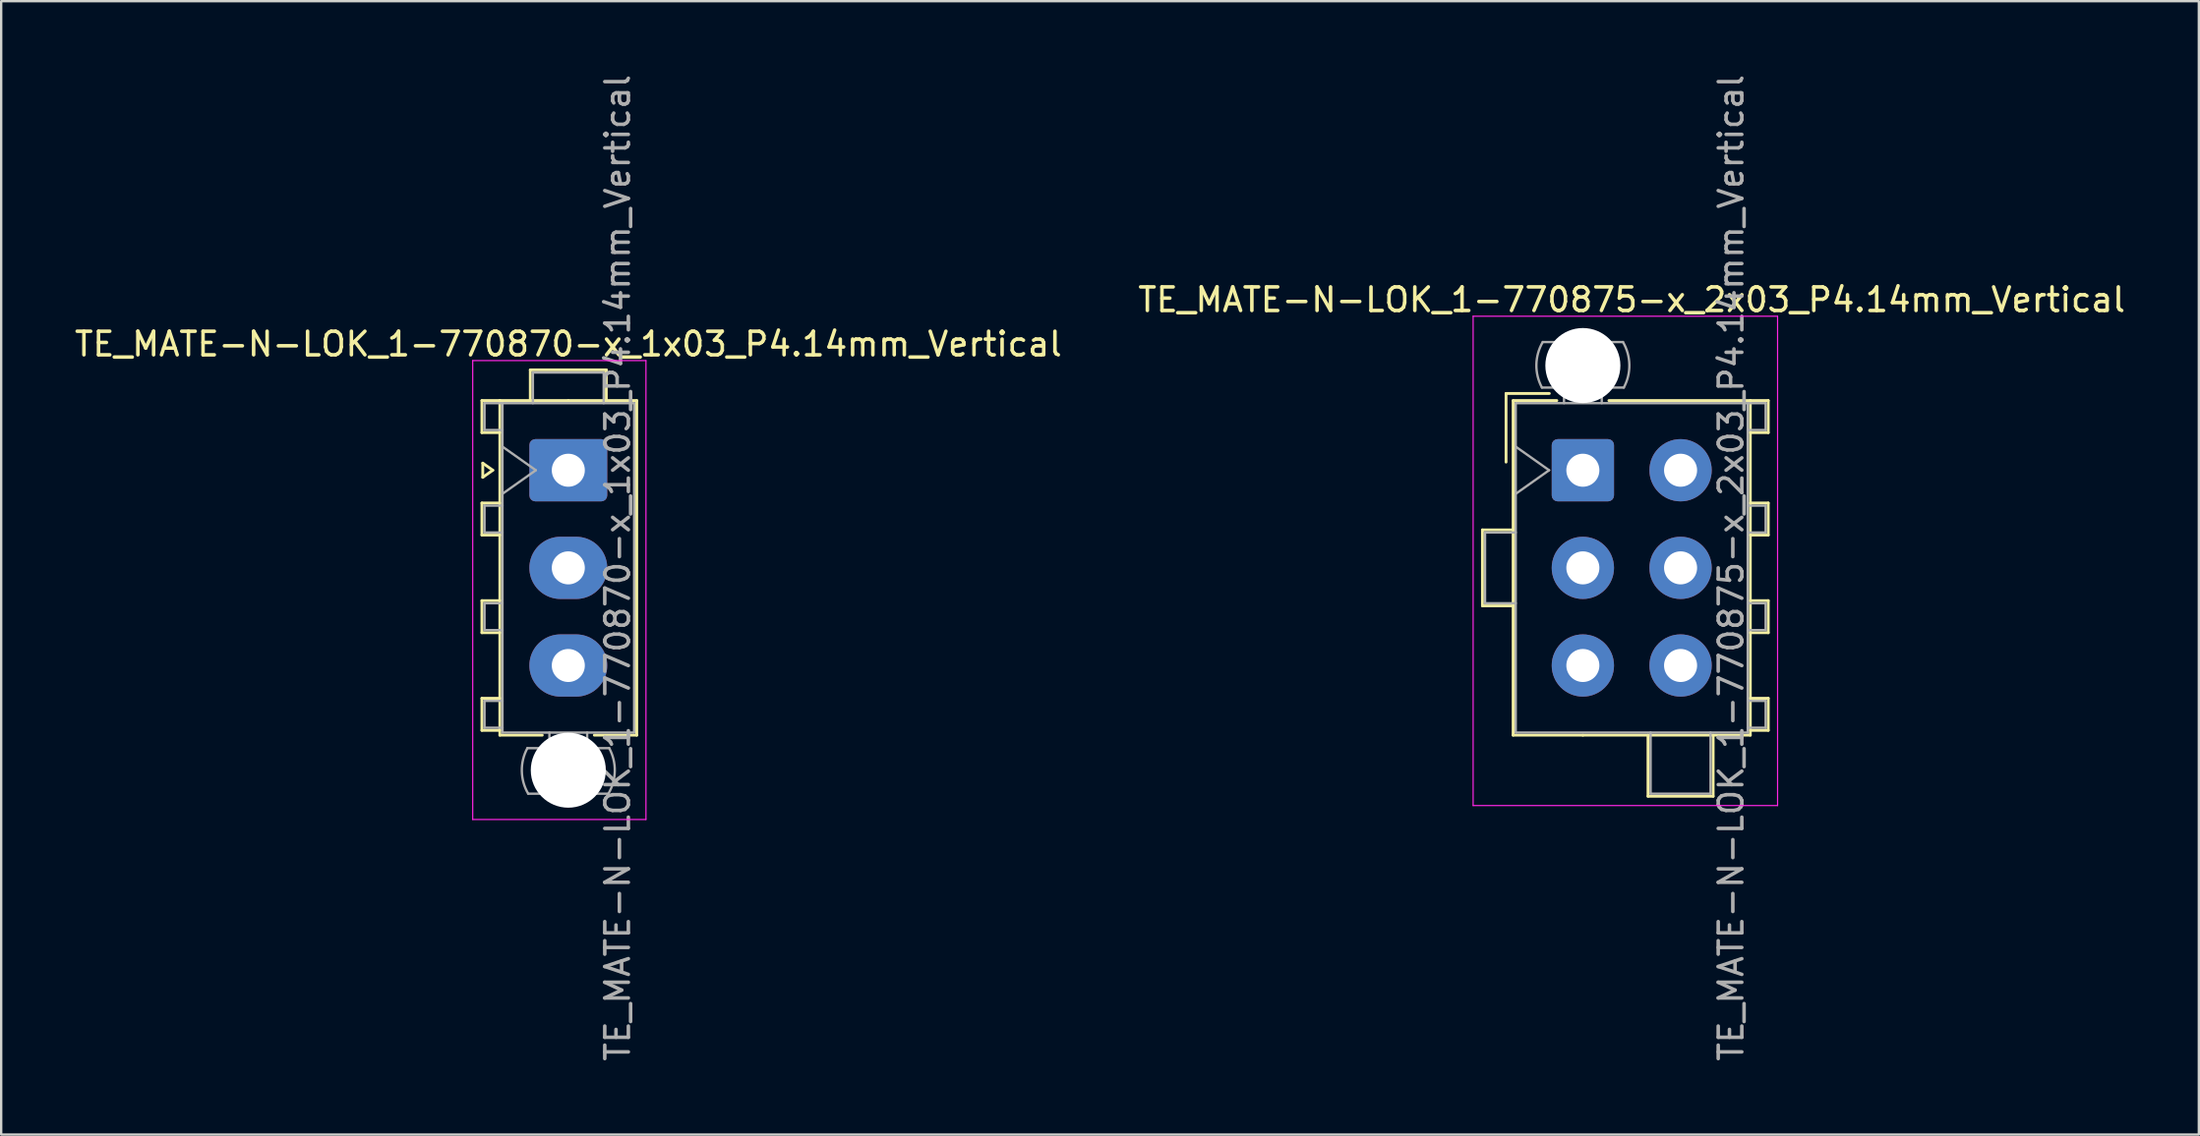
<source format=kicad_pcb>
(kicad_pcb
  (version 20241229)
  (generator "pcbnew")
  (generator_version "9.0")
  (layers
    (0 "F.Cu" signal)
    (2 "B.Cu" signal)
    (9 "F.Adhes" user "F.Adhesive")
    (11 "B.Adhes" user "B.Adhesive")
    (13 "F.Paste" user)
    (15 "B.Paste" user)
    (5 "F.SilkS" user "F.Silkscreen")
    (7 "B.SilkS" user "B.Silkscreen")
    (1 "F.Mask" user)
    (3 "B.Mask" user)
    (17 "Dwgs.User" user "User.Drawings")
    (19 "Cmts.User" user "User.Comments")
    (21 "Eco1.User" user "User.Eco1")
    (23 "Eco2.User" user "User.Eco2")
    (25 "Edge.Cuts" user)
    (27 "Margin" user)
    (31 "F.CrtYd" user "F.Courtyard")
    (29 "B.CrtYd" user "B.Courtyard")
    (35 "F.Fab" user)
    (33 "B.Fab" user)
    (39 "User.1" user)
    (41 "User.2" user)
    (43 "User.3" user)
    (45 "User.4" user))
  (footprint "TE_MATE-N-LOK_1-770875-x_2x03_P4.14mm_Vertical"
    (layer "F.Cu")
    (at 64.019 16.89)
    (property "Reference" "TE_MATE-N-LOK_1-770875-x_2x03_P4.14mm_Vertical" (at 2.07 -7.23 0) (layer "F.SilkS") (effects (font (size 1 1) (thickness 0.15))))
    (attr through_hole)
    (fp_line (start -4.255 2.53) (end -4.255 5.75) (stroke (width 0.12) (type solid)) (layer "F.SilkS"))
    (fp_line (start -4.255 5.75) (end -2.955 5.75) (stroke (width 0.12) (type solid)) (layer "F.SilkS"))
    (fp_line (start -3.255 -3.255) (end -3.255 -0.345) (stroke (width 0.12) (type solid)) (layer "F.SilkS"))
    (fp_line (start -2.955 -2.955) (end -2.955 11.235) (stroke (width 0.12) (type solid)) (layer "F.SilkS"))
    (fp_line (start -2.955 2.53) (end -4.255 2.53) (stroke (width 0.12) (type solid)) (layer "F.SilkS"))
    (fp_line (start -2.955 11.235) (end 0 11.235) (stroke (width 0.12) (type solid)) (layer "F.SilkS"))
    (fp_line (start -1.421 -3.255) (end -3.255 -3.255) (stroke (width 0.12) (type solid)) (layer "F.SilkS"))
    (fp_line (start -1.103 -2.955) (end -2.955 -2.955) (stroke (width 0.12) (type solid)) (layer "F.SilkS"))
    (fp_line (start 1.103 -2.955) (end 7.095 -2.955) (stroke (width 0.12) (type solid)) (layer "F.SilkS"))
    (fp_line (start 2.76 11.235) (end 2.76 13.826) (stroke (width 0.12) (type solid)) (layer "F.SilkS"))
    (fp_line (start 2.76 13.826) (end 5.52 13.826) (stroke (width 0.12) (type solid)) (layer "F.SilkS"))
    (fp_line (start 5.52 13.826) (end 5.52 11.235) (stroke (width 0.12) (type solid)) (layer "F.SilkS"))
    (fp_line (start 7.095 -2.955) (end 7.095 11.235) (stroke (width 0.12) (type solid)) (layer "F.SilkS"))
    (fp_line (start 7.095 -2.955) (end 7.855 -2.955) (stroke (width 0.12) (type solid)) (layer "F.SilkS"))
    (fp_line (start 7.095 1.39) (end 7.855 1.39) (stroke (width 0.12) (type solid)) (layer "F.SilkS"))
    (fp_line (start 7.095 5.53) (end 7.855 5.53) (stroke (width 0.12) (type solid)) (layer "F.SilkS"))
    (fp_line (start 7.095 9.67) (end 7.855 9.67) (stroke (width 0.12) (type solid)) (layer "F.SilkS"))
    (fp_line (start 7.095 11.235) (end 0 11.235) (stroke (width 0.12) (type solid)) (layer "F.SilkS"))
    (fp_line (start 7.855 -2.955) (end 7.855 -1.595) (stroke (width 0.12) (type solid)) (layer "F.SilkS"))
    (fp_line (start 7.855 -1.595) (end 7.095 -1.595) (stroke (width 0.12) (type solid)) (layer "F.SilkS"))
    (fp_line (start 7.855 1.39) (end 7.855 2.75) (stroke (width 0.12) (type solid)) (layer "F.SilkS"))
    (fp_line (start 7.855 2.75) (end 7.095 2.75) (stroke (width 0.12) (type solid)) (layer "F.SilkS"))
    (fp_line (start 7.855 5.53) (end 7.855 6.89) (stroke (width 0.12) (type solid)) (layer "F.SilkS"))
    (fp_line (start 7.855 6.89) (end 7.095 6.89) (stroke (width 0.12) (type solid)) (layer "F.SilkS"))
    (fp_line (start 7.855 9.67) (end 7.855 11.03) (stroke (width 0.12) (type solid)) (layer "F.SilkS"))
    (fp_line (start 7.855 11.03) (end 7.095 11.03) (stroke (width 0.12) (type solid)) (layer "F.SilkS"))
    (fp_line (start -4.65 -6.53) (end -4.65 14.22) (stroke (width 0.05) (type solid)) (layer "F.CrtYd"))
    (fp_line (start -4.65 14.22) (end 8.25 14.22) (stroke (width 0.05) (type solid)) (layer "F.CrtYd"))
    (fp_line (start 8.25 -6.53) (end -4.65 -6.53) (stroke (width 0.05) (type solid)) (layer "F.CrtYd"))
    (fp_line (start 8.25 14.22) (end 8.25 -6.53) (stroke (width 0.05) (type solid)) (layer "F.CrtYd"))
    (fp_line (start -4.145 2.64) (end -4.145 5.64) (stroke (width 0.1) (type solid)) (layer "F.Fab"))
    (fp_line (start -4.145 5.64) (end -2.845 5.64) (stroke (width 0.1) (type solid)) (layer "F.Fab"))
    (fp_line (start -2.845 -2.845) (end -2.845 11.125) (stroke (width 0.1) (type solid)) (layer "F.Fab"))
    (fp_line (start -2.845 -1) (end -1.431 0) (stroke (width 0.1) (type solid)) (layer "F.Fab"))
    (fp_line (start -2.845 2.64) (end -4.145 2.64) (stroke (width 0.1) (type solid)) (layer "F.Fab"))
    (fp_line (start -2.845 11.125) (end 6.985 11.125) (stroke (width 0.1) (type solid)) (layer "F.Fab"))
    (fp_line (start -1.431 0) (end -2.845 1) (stroke (width 0.1) (type solid)) (layer "F.Fab"))
    (fp_line (start -0.8 -2.845) (end -0.8 -3.505) (stroke (width 0.1) (type solid)) (layer "F.Fab"))
    (fp_line (start 0.8 -2.845) (end 0.8 -3.505) (stroke (width 0.1) (type solid)) (layer "F.Fab"))
    (fp_line (start 1.7 -5.436) (end -1.7 -5.436) (stroke (width 0.1) (type solid)) (layer "F.Fab"))
    (fp_line (start 1.734 -3.505) (end -1.734 -3.505) (stroke (width 0.1) (type solid)) (layer "F.Fab"))
    (fp_line (start 2.87 11.125) (end 2.87 13.716) (stroke (width 0.1) (type solid)) (layer "F.Fab"))
    (fp_line (start 2.87 13.716) (end 5.41 13.716) (stroke (width 0.1) (type solid)) (layer "F.Fab"))
    (fp_line (start 5.41 13.716) (end 5.41 11.125) (stroke (width 0.1) (type solid)) (layer "F.Fab"))
    (fp_line (start 6.985 -2.845) (end -2.845 -2.845) (stroke (width 0.1) (type solid)) (layer "F.Fab"))
    (fp_line (start 6.985 -2.845) (end 7.745 -2.845) (stroke (width 0.1) (type solid)) (layer "F.Fab"))
    (fp_line (start 6.985 1.5) (end 7.745 1.5) (stroke (width 0.1) (type solid)) (layer "F.Fab"))
    (fp_line (start 6.985 5.64) (end 7.745 5.64) (stroke (width 0.1) (type solid)) (layer "F.Fab"))
    (fp_line (start 6.985 9.78) (end 7.745 9.78) (stroke (width 0.1) (type solid)) (layer "F.Fab"))
    (fp_line (start 6.985 11.125) (end 6.985 -2.845) (stroke (width 0.1) (type solid)) (layer "F.Fab"))
    (fp_line (start 7.745 -2.845) (end 7.745 -1.705) (stroke (width 0.1) (type solid)) (layer "F.Fab"))
    (fp_line (start 7.745 -1.705) (end 6.985 -1.705) (stroke (width 0.1) (type solid)) (layer "F.Fab"))
    (fp_line (start 7.745 1.5) (end 7.745 2.64) (stroke (width 0.1) (type solid)) (layer "F.Fab"))
    (fp_line (start 7.745 2.64) (end 6.985 2.64) (stroke (width 0.1) (type solid)) (layer "F.Fab"))
    (fp_line (start 7.745 5.64) (end 7.745 6.78) (stroke (width 0.1) (type solid)) (layer "F.Fab"))
    (fp_line (start 7.745 6.78) (end 6.985 6.78) (stroke (width 0.1) (type solid)) (layer "F.Fab"))
    (fp_line (start 7.745 9.78) (end 7.745 10.92) (stroke (width 0.1) (type solid)) (layer "F.Fab"))
    (fp_line (start 7.745 10.92) (end 6.985 10.92) (stroke (width 0.1) (type solid)) (layer "F.Fab"))
    (fp_arc (start -1.733977 -3.505) (mid -1.969689 -4.474992) (end -1.699672 -5.436) (stroke (width 0.1) (type solid)) (layer "F.Fab"))
    (fp_arc (start 1.699672 -5.436) (mid 1.969689 -4.474992) (end 1.733977 -3.505) (stroke (width 0.1) (type solid)) (layer "F.Fab"))
    (fp_text user "${REFERENCE}" (at 6.28 4.14 90) (layer "F.Fab") (effects (font (size 1 1) (thickness 0.15))))
    (pad "" np_thru_hole circle (at 0 -4.44) (size 3.18 3.18) (drill 3.18) (layers "*.Cu" "*.Mask"))
    (pad "1" thru_hole roundrect (at 0 0) (size 2.64 2.64) (drill 1.4) (layers "*.Cu" "*.Mask") (roundrect_rratio 0.095))
    (pad "2" thru_hole circle (at 0 4.14) (size 2.64 2.64) (drill 1.4) (layers "*.Cu" "*.Mask"))
    (pad "3" thru_hole circle (at 0 8.28) (size 2.64 2.64) (drill 1.4) (layers "*.Cu" "*.Mask"))
    (pad "4" thru_hole circle (at 4.14 0) (size 2.64 2.64) (drill 1.4) (layers "*.Cu" "*.Mask"))
    (pad "5" thru_hole circle (at 4.14 4.14) (size 2.64 2.64) (drill 1.4) (layers "*.Cu" "*.Mask"))
    (pad "6" thru_hole circle (at 4.14 8.28) (size 2.64 2.64) (drill 1.4) (layers "*.Cu" "*.Mask")))
  (footprint "TE_MATE-N-LOK_1-770870-x_1x03_P4.14mm_Vertical"
    (layer "F.Cu")
    (at 21.03 16.89)
    (property "Reference" "TE_MATE-N-LOK_1-770870-x_1x03_P4.14mm_Vertical" (at 0 -5.35 0) (layer "F.SilkS") (effects (font (size 1 1) (thickness 0.15))))
    (attr through_hole)
    (fp_line (start -3.66 -2.955) (end -3.66 -1.595) (stroke (width 0.12) (type solid)) (layer "F.SilkS"))
    (fp_line (start -3.66 -1.595) (end -2.9 -1.595) (stroke (width 0.12) (type solid)) (layer "F.SilkS"))
    (fp_line (start -3.66 1.39) (end -3.66 2.75) (stroke (width 0.12) (type solid)) (layer "F.SilkS"))
    (fp_line (start -3.66 2.75) (end -2.9 2.75) (stroke (width 0.12) (type solid)) (layer "F.SilkS"))
    (fp_line (start -3.66 5.53) (end -3.66 6.89) (stroke (width 0.12) (type solid)) (layer "F.SilkS"))
    (fp_line (start -3.66 6.89) (end -2.9 6.89) (stroke (width 0.12) (type solid)) (layer "F.SilkS"))
    (fp_line (start -3.66 9.67) (end -3.66 11.03) (stroke (width 0.12) (type solid)) (layer "F.SilkS"))
    (fp_line (start -3.66 11.03) (end -2.9 11.03) (stroke (width 0.12) (type solid)) (layer "F.SilkS"))
    (fp_line (start -3.624 -0.3) (end -3.2 0) (stroke (width 0.12) (type solid)) (layer "F.SilkS"))
    (fp_line (start -3.624 0.3) (end -3.624 -0.3) (stroke (width 0.12) (type solid)) (layer "F.SilkS"))
    (fp_line (start -3.2 0) (end -3.624 0.3) (stroke (width 0.12) (type solid)) (layer "F.SilkS"))
    (fp_line (start -2.9 -2.955) (end -3.66 -2.955) (stroke (width 0.12) (type solid)) (layer "F.SilkS"))
    (fp_line (start -2.9 -2.955) (end -2.9 11.235) (stroke (width 0.12) (type solid)) (layer "F.SilkS"))
    (fp_line (start -2.9 1.39) (end -3.66 1.39) (stroke (width 0.12) (type solid)) (layer "F.SilkS"))
    (fp_line (start -2.9 5.53) (end -3.66 5.53) (stroke (width 0.12) (type solid)) (layer "F.SilkS"))
    (fp_line (start -2.9 9.67) (end -3.66 9.67) (stroke (width 0.12) (type solid)) (layer "F.SilkS"))
    (fp_line (start -2.9 11.235) (end -1.103 11.235) (stroke (width 0.12) (type solid)) (layer "F.SilkS"))
    (fp_line (start -1.61 -4.255) (end 1.61 -4.255) (stroke (width 0.12) (type solid)) (layer "F.SilkS"))
    (fp_line (start -1.61 -2.955) (end -1.61 -4.255) (stroke (width 0.12) (type solid)) (layer "F.SilkS"))
    (fp_line (start 0 -2.955) (end -2.9 -2.955) (stroke (width 0.12) (type solid)) (layer "F.SilkS"))
    (fp_line (start 0 -2.955) (end 2.9 -2.955) (stroke (width 0.12) (type solid)) (layer "F.SilkS"))
    (fp_line (start 1.61 -4.255) (end 1.61 -2.955) (stroke (width 0.12) (type solid)) (layer "F.SilkS"))
    (fp_line (start 2.9 -2.955) (end 2.9 11.235) (stroke (width 0.12) (type solid)) (layer "F.SilkS"))
    (fp_line (start 2.9 11.235) (end 1.103 11.235) (stroke (width 0.12) (type solid)) (layer "F.SilkS"))
    (fp_line (start -4.05 -4.65) (end -4.05 14.81) (stroke (width 0.05) (type solid)) (layer "F.CrtYd"))
    (fp_line (start -4.05 14.81) (end 3.29 14.81) (stroke (width 0.05) (type solid)) (layer "F.CrtYd"))
    (fp_line (start 3.29 -4.65) (end -4.05 -4.65) (stroke (width 0.05) (type solid)) (layer "F.CrtYd"))
    (fp_line (start 3.29 14.81) (end 3.29 -4.65) (stroke (width 0.05) (type solid)) (layer "F.CrtYd"))
    (fp_line (start -3.55 -2.845) (end -3.55 -1.705) (stroke (width 0.1) (type solid)) (layer "F.Fab"))
    (fp_line (start -3.55 -1.705) (end -2.79 -1.705) (stroke (width 0.1) (type solid)) (layer "F.Fab"))
    (fp_line (start -3.55 1.5) (end -3.55 2.64) (stroke (width 0.1) (type solid)) (layer "F.Fab"))
    (fp_line (start -3.55 2.64) (end -2.79 2.64) (stroke (width 0.1) (type solid)) (layer "F.Fab"))
    (fp_line (start -3.55 5.64) (end -3.55 6.78) (stroke (width 0.1) (type solid)) (layer "F.Fab"))
    (fp_line (start -3.55 6.78) (end -2.79 6.78) (stroke (width 0.1) (type solid)) (layer "F.Fab"))
    (fp_line (start -3.55 9.78) (end -3.55 10.92) (stroke (width 0.1) (type solid)) (layer "F.Fab"))
    (fp_line (start -3.55 10.92) (end -2.79 10.92) (stroke (width 0.1) (type solid)) (layer "F.Fab"))
    (fp_line (start -2.79 -2.845) (end -3.55 -2.845) (stroke (width 0.1) (type solid)) (layer "F.Fab"))
    (fp_line (start -2.79 -2.845) (end -2.79 11.125) (stroke (width 0.1) (type solid)) (layer "F.Fab"))
    (fp_line (start -2.79 -1) (end -1.376 0) (stroke (width 0.1) (type solid)) (layer "F.Fab"))
    (fp_line (start -2.79 1.5) (end -3.55 1.5) (stroke (width 0.1) (type solid)) (layer "F.Fab"))
    (fp_line (start -2.79 5.64) (end -3.55 5.64) (stroke (width 0.1) (type solid)) (layer "F.Fab"))
    (fp_line (start -2.79 9.78) (end -3.55 9.78) (stroke (width 0.1) (type solid)) (layer "F.Fab"))
    (fp_line (start -2.79 11.125) (end 2.79 11.125) (stroke (width 0.1) (type solid)) (layer "F.Fab"))
    (fp_line (start -1.5 -4.145) (end 1.5 -4.145) (stroke (width 0.1) (type solid)) (layer "F.Fab"))
    (fp_line (start -1.5 -2.845) (end -1.5 -4.145) (stroke (width 0.1) (type solid)) (layer "F.Fab"))
    (fp_line (start -1.376 0) (end -2.79 1) (stroke (width 0.1) (type solid)) (layer "F.Fab"))
    (fp_line (start -0.8 11.125) (end -0.8 11.785) (stroke (width 0.1) (type solid)) (layer "F.Fab"))
    (fp_line (start 0.8 11.125) (end 0.8 11.785) (stroke (width 0.1) (type solid)) (layer "F.Fab"))
    (fp_line (start 1.5 -4.145) (end 1.5 -2.845) (stroke (width 0.1) (type solid)) (layer "F.Fab"))
    (fp_line (start 1.7 13.716) (end -1.7 13.716) (stroke (width 0.1) (type solid)) (layer "F.Fab"))
    (fp_line (start 1.734 11.785) (end -1.734 11.785) (stroke (width 0.1) (type solid)) (layer "F.Fab"))
    (fp_line (start 2.79 -2.845) (end -2.79 -2.845) (stroke (width 0.1) (type solid)) (layer "F.Fab"))
    (fp_line (start 2.79 11.125) (end 2.79 -2.845) (stroke (width 0.1) (type solid)) (layer "F.Fab"))
    (fp_arc (start -1.699672 13.716) (mid -1.969689 12.754992) (end -1.733977 11.785) (stroke (width 0.1) (type solid)) (layer "F.Fab"))
    (fp_arc (start 1.733977 11.785) (mid 1.969689 12.754992) (end 1.699672 13.716) (stroke (width 0.1) (type solid)) (layer "F.Fab"))
    (fp_text user "${REFERENCE}" (at 2.09 4.14 90) (layer "F.Fab") (effects (font (size 1 1) (thickness 0.15))))
    (pad "" np_thru_hole circle (at 0 12.72) (size 3.18 3.18) (drill 3.18) (layers "*.Cu" "*.Mask"))
    (pad "1" thru_hole roundrect (at 0 0) (size 3.3 2.64) (drill 1.4) (layers "*.Cu" "*.Mask") (roundrect_rratio 0.095))
    (pad "2" thru_hole oval (at 0 4.14) (size 3.3 2.64) (drill 1.4) (layers "*.Cu" "*.Mask"))
    (pad "3" thru_hole oval (at 0 8.28) (size 3.3 2.64) (drill 1.4) (layers "*.Cu" "*.Mask")))
  (gr_rect
    (start -3 -3)
    (end 90.119 45.06)
    (stroke (width 0.1) (type default))
    (fill no)
    (layer "Edge.Cuts")))
</source>
